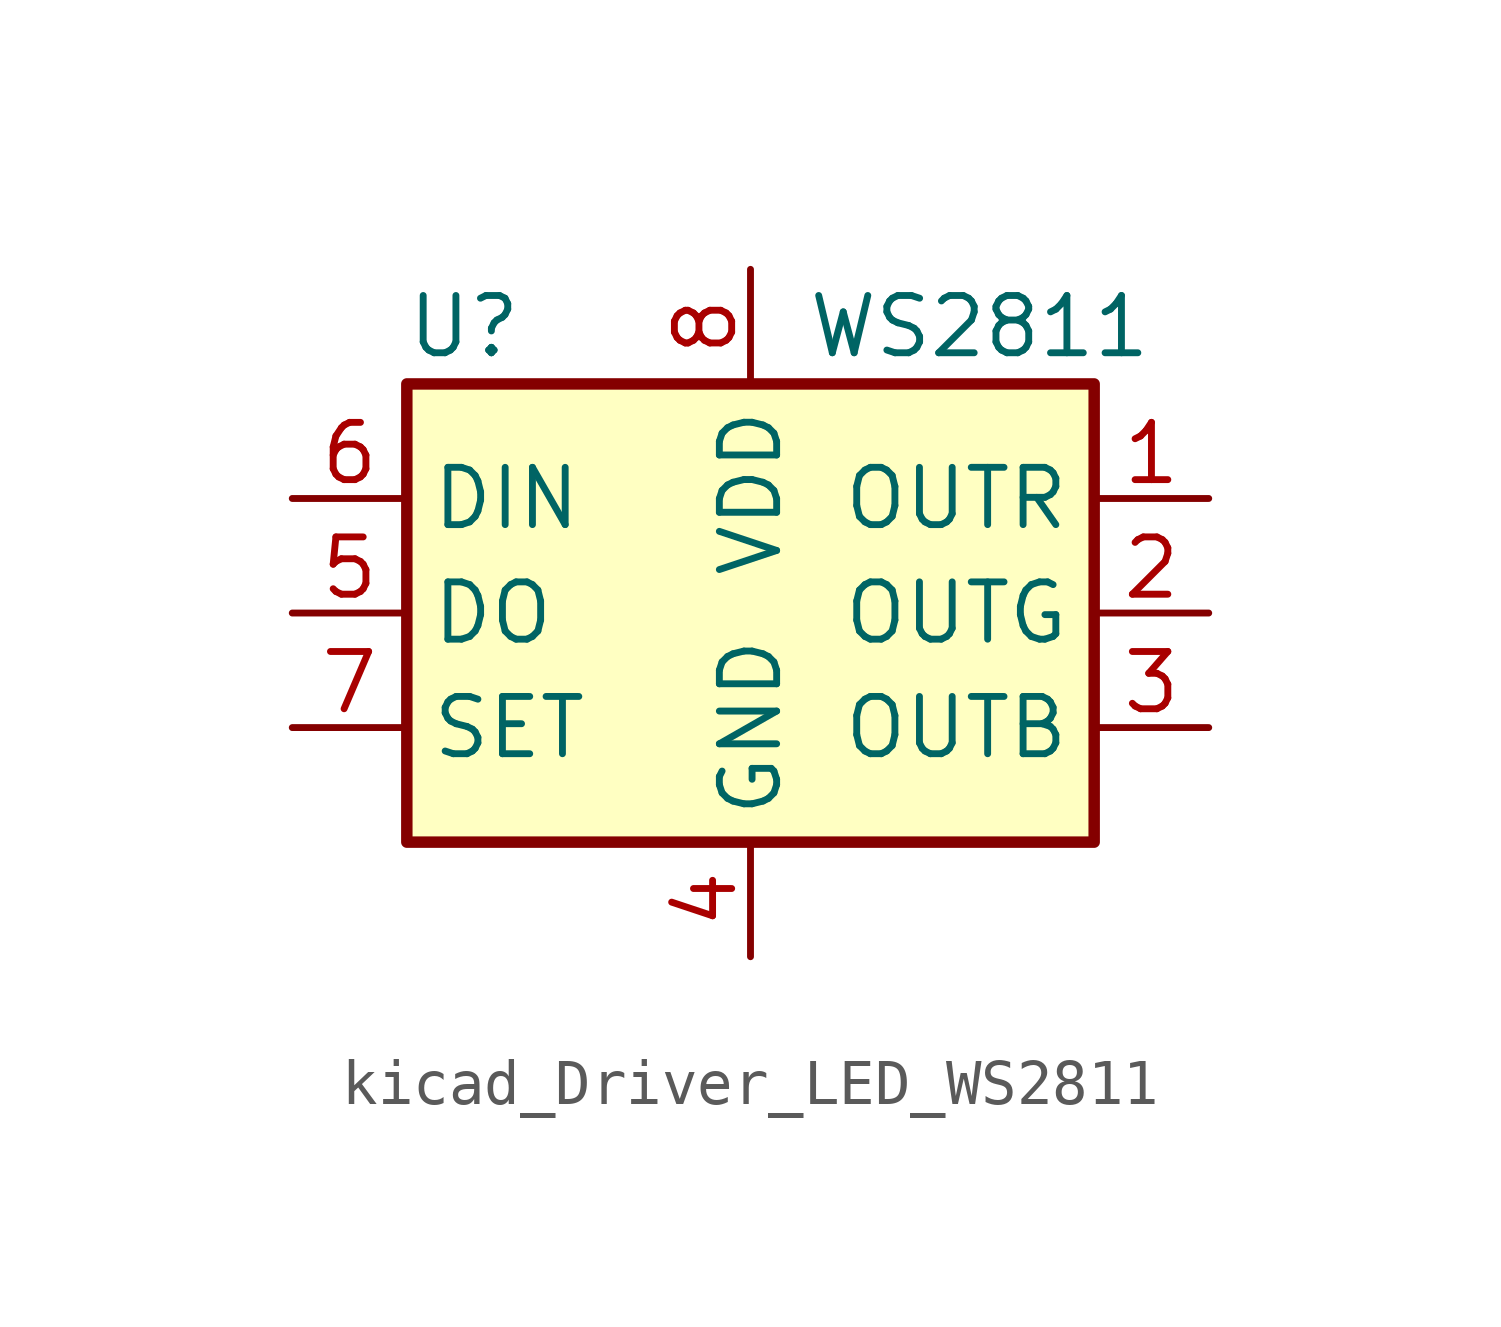
<source format=kicad_sym>
(kicad_symbol_lib
  (version 20220914)
  (generator kicad_symbol_editor)
  (symbol "kicad_Driver_LED_WS2811"
    (property "Reference" "U"
      (at -6.35 6.35 0)
      (effects (font (size 1.27 1.27))))
    (property "Value" "WS2811"
      (at 5.08 6.35 0)
      (effects (font (size 1.27 1.27))))
    (symbol "kicad_Driver_LED_WS2811_0_1"
      (rectangle (start -7.62 5.08) (end 7.62 -5.08) (stroke (width 0.254) (type default)) (fill (type background))))
    (symbol "kicad_Driver_LED_WS2811_1_1"
      (pin output line (at 10.16 2.54 180) (length 2.54) (name "OUTR" (effects (font (size 1.27 1.27)))) (number "1" (effects (font (size 1.27 1.27)))))
      (pin output line (at 10.16 0 180) (length 2.54) (name "OUTG" (effects (font (size 1.27 1.27)))) (number "2" (effects (font (size 1.27 1.27)))))
      (pin output line (at 10.16 -2.54 180) (length 2.54) (name "OUTB" (effects (font (size 1.27 1.27)))) (number "3" (effects (font (size 1.27 1.27)))))
      (pin power_in line (at 0 -7.62 90) (length 2.54) (name "GND" (effects (font (size 1.27 1.27)))) (number "4" (effects (font (size 1.27 1.27)))))
      (pin output line (at -10.16 0 0) (length 2.54) (name "DO" (effects (font (size 1.27 1.27)))) (number "5" (effects (font (size 1.27 1.27)))))
      (pin input line (at -10.16 2.54 0) (length 2.54) (name "DIN" (effects (font (size 1.27 1.27)))) (number "6" (effects (font (size 1.27 1.27)))))
      (pin input line (at -10.16 -2.54 0) (length 2.54) (name "SET" (effects (font (size 1.27 1.27)))) (number "7" (effects (font (size 1.27 1.27)))))
      (pin power_in line (at 0 7.62 270) (length 2.54) (name "VDD" (effects (font (size 1.27 1.27)))) (number "8" (effects (font (size 1.27 1.27))))))))
</source>
